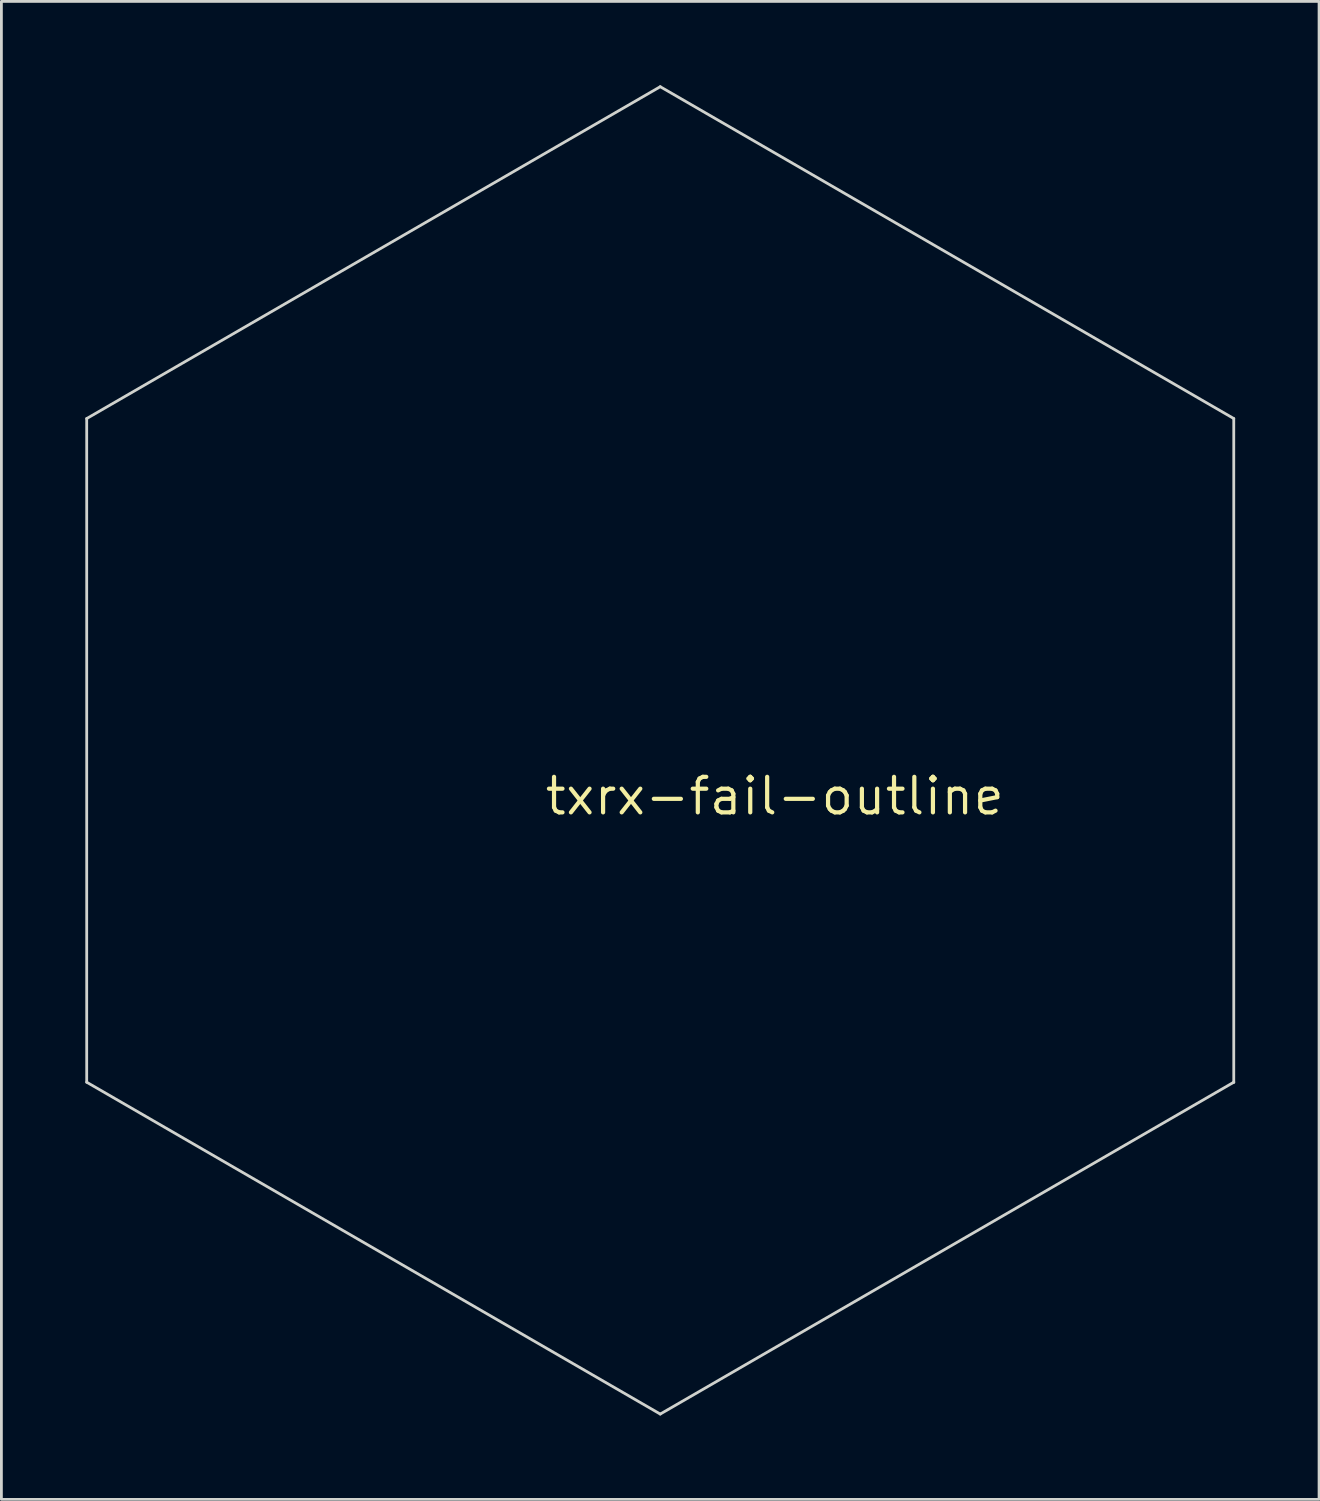
<source format=kicad_pcb>
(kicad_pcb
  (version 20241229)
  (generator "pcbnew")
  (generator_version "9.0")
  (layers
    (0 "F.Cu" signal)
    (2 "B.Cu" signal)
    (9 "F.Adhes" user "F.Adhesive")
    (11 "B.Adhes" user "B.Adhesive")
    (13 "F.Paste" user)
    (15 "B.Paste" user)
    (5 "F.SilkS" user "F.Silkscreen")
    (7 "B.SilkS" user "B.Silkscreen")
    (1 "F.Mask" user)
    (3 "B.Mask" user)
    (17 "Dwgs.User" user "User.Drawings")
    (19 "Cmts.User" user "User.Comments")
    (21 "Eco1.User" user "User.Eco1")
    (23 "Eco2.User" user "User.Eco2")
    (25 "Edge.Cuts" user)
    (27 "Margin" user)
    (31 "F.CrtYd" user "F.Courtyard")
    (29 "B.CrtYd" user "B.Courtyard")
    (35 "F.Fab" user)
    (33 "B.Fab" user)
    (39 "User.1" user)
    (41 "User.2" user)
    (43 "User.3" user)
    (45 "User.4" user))
  (footprint "txrx-fail-outline"
    (layer "F.Cu")
    (at 24.65 25.414)
    (property "Reference" "txrx-fail-outline" (at 0 0 0) (layer "F.SilkS") (effects (font (size 1.27 1.27) (thickness 0.15))))
    (attr through_hole)
    (fp_line (start -24.6 10.228) (end -24.6 -13.5) (stroke (width 0.1) (type solid)) (layer "Edge.Cuts"))
    (fp_line (start -24.6 -13.5) (end -4.095 -25.364) (stroke (width 0.1) (type solid)) (layer "Edge.Cuts"))
    (fp_line (start -4.095 -25.364) (end 16.41 -13.5) (stroke (width 0.1) (type solid)) (layer "Edge.Cuts"))
    (fp_line (start -4.095 22.092) (end -24.6 10.228) (stroke (width 0.1) (type solid)) (layer "Edge.Cuts"))
    (fp_line (start 16.41 -13.5) (end 16.41 10.228) (stroke (width 0.1) (type solid)) (layer "Edge.Cuts"))
    (fp_line (start 16.41 10.228) (end -4.095 22.092) (stroke (width 0.1) (type solid)) (layer "Edge.Cuts"))
    (fp_line (start 16.41 10.228) (end 16.41 10.228) (stroke (width 0.1) (type solid)) (layer "Edge.Cuts")))
  (gr_rect
    (start -3 -3)
    (end 44.11 50.556)
    (stroke (width 0.1) (type default))
    (fill no)
    (layer "Edge.Cuts")))
</source>
